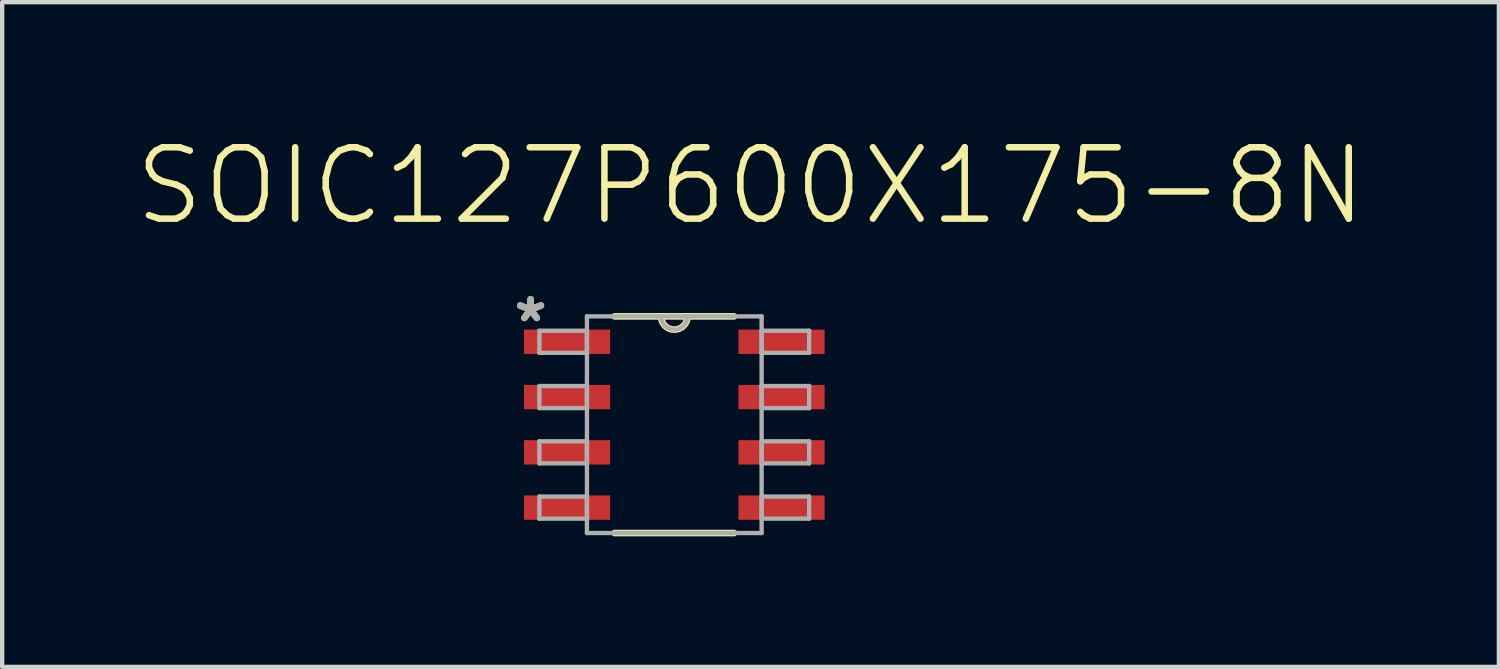
<source format=kicad_pcb>
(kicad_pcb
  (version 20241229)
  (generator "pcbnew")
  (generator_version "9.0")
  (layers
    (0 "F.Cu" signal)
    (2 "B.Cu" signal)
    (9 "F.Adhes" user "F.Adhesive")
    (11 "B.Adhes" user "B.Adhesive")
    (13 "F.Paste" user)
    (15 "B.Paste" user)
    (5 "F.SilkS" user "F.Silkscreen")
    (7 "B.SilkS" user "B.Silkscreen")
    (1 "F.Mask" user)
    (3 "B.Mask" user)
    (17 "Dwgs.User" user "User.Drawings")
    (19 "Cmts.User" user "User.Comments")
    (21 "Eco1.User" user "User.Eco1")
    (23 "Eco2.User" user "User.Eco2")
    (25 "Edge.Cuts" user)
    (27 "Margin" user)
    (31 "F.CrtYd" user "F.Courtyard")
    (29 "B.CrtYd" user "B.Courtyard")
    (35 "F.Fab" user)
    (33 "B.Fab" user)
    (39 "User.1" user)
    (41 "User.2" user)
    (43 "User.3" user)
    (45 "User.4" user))
  (footprint "SOIC127P600X175-8N"
    (layer "F.Cu")
    (at 12.444 6.709)
    (property "Reference" "SOIC127P600X175-8N" (at 1.753 -5.486 0) (layer "F.SilkS") (effects (font (size 1.64 1.64) (thickness 0.15))))
    (attr through_hole)
    (fp_line (start -1.372 2.489) (end 1.372 2.489) (stroke (width 0.152) (type solid)) (layer "F.SilkS"))
    (fp_line (start -0.305 -2.489) (end -1.372 -2.489) (stroke (width 0.152) (type solid)) (layer "F.SilkS"))
    (fp_line (start 0.305 -2.489) (end -0.305 -2.489) (stroke (width 0.152) (type solid)) (layer "F.SilkS"))
    (fp_line (start 1.372 -2.489) (end 0.305 -2.489) (stroke (width 0.152) (type solid)) (layer "F.SilkS"))
    (fp_arc (start 0.3048 -2.4892) (mid 0 -2.1844) (end -0.3048 -2.4892) (stroke (width 0.1524) (type solid)) (layer "F.SilkS"))
    (fp_line (start -3.099 -2.159) (end -3.099 -1.651) (stroke (width 0.1) (type solid)) (layer "F.Fab"))
    (fp_line (start -3.099 -1.651) (end -2.007 -1.651) (stroke (width 0.1) (type solid)) (layer "F.Fab"))
    (fp_line (start -3.099 -0.889) (end -3.099 -0.381) (stroke (width 0.1) (type solid)) (layer "F.Fab"))
    (fp_line (start -3.099 -0.381) (end -2.007 -0.381) (stroke (width 0.1) (type solid)) (layer "F.Fab"))
    (fp_line (start -3.099 0.381) (end -3.099 0.889) (stroke (width 0.1) (type solid)) (layer "F.Fab"))
    (fp_line (start -3.099 0.889) (end -2.007 0.889) (stroke (width 0.1) (type solid)) (layer "F.Fab"))
    (fp_line (start -3.099 1.651) (end -3.099 2.159) (stroke (width 0.1) (type solid)) (layer "F.Fab"))
    (fp_line (start -3.099 2.159) (end -2.007 2.159) (stroke (width 0.1) (type solid)) (layer "F.Fab"))
    (fp_line (start -2.007 -2.489) (end -2.007 2.489) (stroke (width 0.1) (type solid)) (layer "F.Fab"))
    (fp_line (start -2.007 -2.159) (end -3.099 -2.159) (stroke (width 0.1) (type solid)) (layer "F.Fab"))
    (fp_line (start -2.007 -1.651) (end -2.007 -2.159) (stroke (width 0.1) (type solid)) (layer "F.Fab"))
    (fp_line (start -2.007 -0.889) (end -3.099 -0.889) (stroke (width 0.1) (type solid)) (layer "F.Fab"))
    (fp_line (start -2.007 -0.381) (end -2.007 -0.889) (stroke (width 0.1) (type solid)) (layer "F.Fab"))
    (fp_line (start -2.007 0.381) (end -3.099 0.381) (stroke (width 0.1) (type solid)) (layer "F.Fab"))
    (fp_line (start -2.007 0.889) (end -2.007 0.381) (stroke (width 0.1) (type solid)) (layer "F.Fab"))
    (fp_line (start -2.007 1.651) (end -3.099 1.651) (stroke (width 0.1) (type solid)) (layer "F.Fab"))
    (fp_line (start -2.007 2.159) (end -2.007 1.651) (stroke (width 0.1) (type solid)) (layer "F.Fab"))
    (fp_line (start -2.007 2.489) (end 2.007 2.489) (stroke (width 0.1) (type solid)) (layer "F.Fab"))
    (fp_line (start -0.305 -2.489) (end -2.007 -2.489) (stroke (width 0.1) (type solid)) (layer "F.Fab"))
    (fp_line (start 0.305 -2.489) (end -0.305 -2.489) (stroke (width 0.1) (type solid)) (layer "F.Fab"))
    (fp_line (start 2.007 -2.489) (end 0.305 -2.489) (stroke (width 0.1) (type solid)) (layer "F.Fab"))
    (fp_line (start 2.007 -2.159) (end 2.007 -1.651) (stroke (width 0.1) (type solid)) (layer "F.Fab"))
    (fp_line (start 2.007 -1.651) (end 3.099 -1.651) (stroke (width 0.1) (type solid)) (layer "F.Fab"))
    (fp_line (start 2.007 -0.889) (end 2.007 -0.381) (stroke (width 0.1) (type solid)) (layer "F.Fab"))
    (fp_line (start 2.007 -0.381) (end 3.099 -0.381) (stroke (width 0.1) (type solid)) (layer "F.Fab"))
    (fp_line (start 2.007 0.381) (end 2.007 0.889) (stroke (width 0.1) (type solid)) (layer "F.Fab"))
    (fp_line (start 2.007 0.889) (end 3.099 0.889) (stroke (width 0.1) (type solid)) (layer "F.Fab"))
    (fp_line (start 2.007 1.651) (end 2.007 2.159) (stroke (width 0.1) (type solid)) (layer "F.Fab"))
    (fp_line (start 2.007 2.159) (end 3.099 2.159) (stroke (width 0.1) (type solid)) (layer "F.Fab"))
    (fp_line (start 2.007 2.489) (end 2.007 -2.489) (stroke (width 0.1) (type solid)) (layer "F.Fab"))
    (fp_line (start 3.099 -2.159) (end 2.007 -2.159) (stroke (width 0.1) (type solid)) (layer "F.Fab"))
    (fp_line (start 3.099 -1.651) (end 3.099 -2.159) (stroke (width 0.1) (type solid)) (layer "F.Fab"))
    (fp_line (start 3.099 -0.889) (end 2.007 -0.889) (stroke (width 0.1) (type solid)) (layer "F.Fab"))
    (fp_line (start 3.099 -0.381) (end 3.099 -0.889) (stroke (width 0.1) (type solid)) (layer "F.Fab"))
    (fp_line (start 3.099 0.381) (end 2.007 0.381) (stroke (width 0.1) (type solid)) (layer "F.Fab"))
    (fp_line (start 3.099 0.889) (end 3.099 0.381) (stroke (width 0.1) (type solid)) (layer "F.Fab"))
    (fp_line (start 3.099 1.651) (end 2.007 1.651) (stroke (width 0.1) (type solid)) (layer "F.Fab"))
    (fp_line (start 3.099 2.159) (end 3.099 1.651) (stroke (width 0.1) (type solid)) (layer "F.Fab"))
    (fp_arc (start 0.3048 -2.4892) (mid 0 -2.1844) (end -0.3048 -2.4892) (stroke (width 0.1) (type solid)) (layer "F.Fab"))
    (fp_text user "*" (at -3.302 -2.337 0) (layer "F.SilkS") (effects (font (size 1 1) (thickness 0.15))))
    (fp_text user "*" (at -3.302 -2.337 0) (layer "F.Fab") (effects (font (size 1 1) (thickness 0.15))))
    (pad "1" smd rect (at -2.464 -1.905) (size 1.981 0.559) (layers "F.Cu" "F.Mask" "F.Paste"))
    (pad "2" smd rect (at -2.464 -0.635) (size 1.981 0.559) (layers "F.Cu" "F.Mask" "F.Paste"))
    (pad "3" smd rect (at -2.464 0.635) (size 1.981 0.559) (layers "F.Cu" "F.Mask" "F.Paste"))
    (pad "4" smd rect (at -2.464 1.905) (size 1.981 0.559) (layers "F.Cu" "F.Mask" "F.Paste"))
    (pad "5" smd rect (at 2.464 1.905) (size 1.981 0.559) (layers "F.Cu" "F.Mask" "F.Paste"))
    (pad "6" smd rect (at 2.464 0.635) (size 1.981 0.559) (layers "F.Cu" "F.Mask" "F.Paste"))
    (pad "7" smd rect (at 2.464 -0.635) (size 1.981 0.559) (layers "F.Cu" "F.Mask" "F.Paste"))
    (pad "8" smd rect (at 2.464 -1.905) (size 1.981 0.559) (layers "F.Cu" "F.Mask" "F.Paste")))
  (gr_rect
    (start -3 -3)
    (end 31.392 12.274)
    (stroke (width 0.1) (type default))
    (fill no)
    (layer "Edge.Cuts")))
</source>
